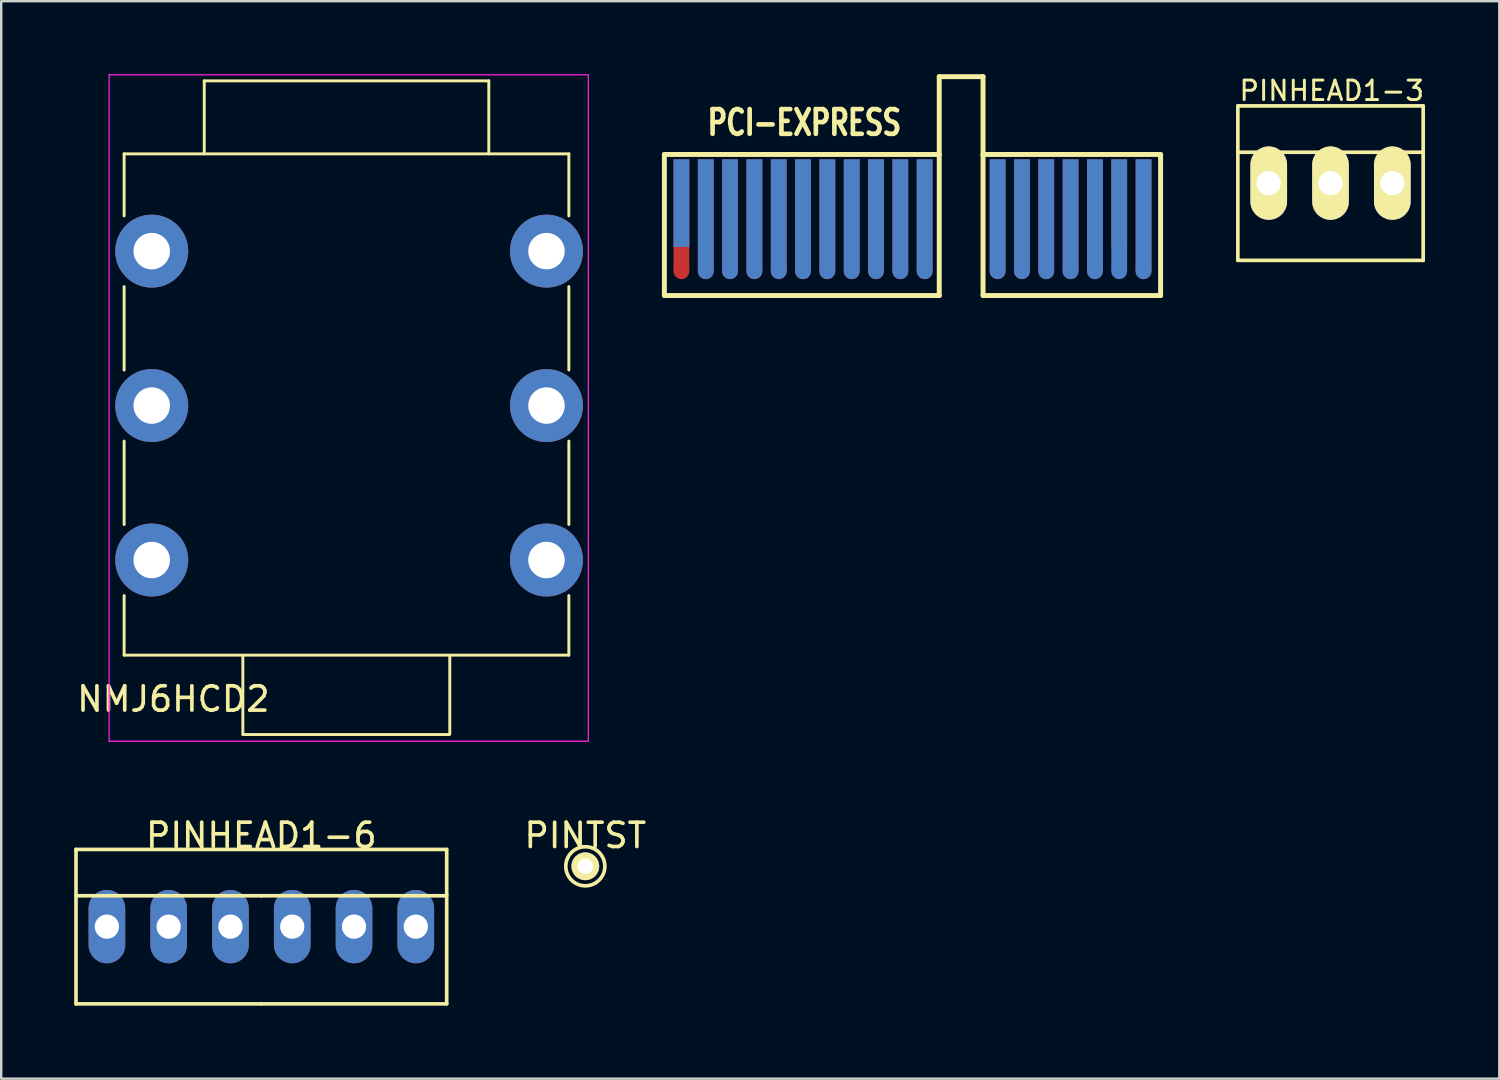
<source format=kicad_pcb>
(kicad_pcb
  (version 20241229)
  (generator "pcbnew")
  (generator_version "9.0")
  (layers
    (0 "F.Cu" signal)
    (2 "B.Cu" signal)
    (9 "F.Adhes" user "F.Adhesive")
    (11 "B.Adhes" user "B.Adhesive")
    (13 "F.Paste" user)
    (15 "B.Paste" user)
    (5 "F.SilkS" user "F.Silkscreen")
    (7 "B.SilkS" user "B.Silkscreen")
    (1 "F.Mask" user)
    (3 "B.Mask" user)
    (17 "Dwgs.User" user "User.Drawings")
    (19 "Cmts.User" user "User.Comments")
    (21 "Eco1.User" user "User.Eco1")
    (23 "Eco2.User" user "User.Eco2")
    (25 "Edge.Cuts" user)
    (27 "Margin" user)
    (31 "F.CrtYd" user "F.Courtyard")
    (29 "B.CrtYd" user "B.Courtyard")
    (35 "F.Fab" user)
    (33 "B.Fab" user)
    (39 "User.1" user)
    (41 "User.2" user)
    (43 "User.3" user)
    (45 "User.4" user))
  (footprint "PINHEAD1-6"
    (layer "F.Cu")
    (at 7.695 35.048)
    (property "Reference" "PINHEAD1-6" (at 0 -3.75 0) (layer "F.SilkS") (effects (font (size 1 1) (thickness 0.15))))
    (attr exclude_from_pos_files exclude_from_bom)
    (fp_line (start -7.62 -3.175) (end -7.62 3.175) (stroke (width 0.15) (type solid)) (layer "F.SilkS"))
    (fp_line (start -7.62 -3.175) (end 0 -3.175) (stroke (width 0.15) (type solid)) (layer "F.SilkS"))
    (fp_line (start 0 -3.175) (end 7.62 -3.175) (stroke (width 0.15) (type solid)) (layer "F.SilkS"))
    (fp_line (start 0 -1.27) (end -7.62 -1.27) (stroke (width 0.15) (type solid)) (layer "F.SilkS"))
    (fp_line (start 0 -1.27) (end 7.62 -1.27) (stroke (width 0.15) (type solid)) (layer "F.SilkS"))
    (fp_line (start 0 3.175) (end -7.62 3.175) (stroke (width 0.15) (type solid)) (layer "F.SilkS"))
    (fp_line (start 0 3.175) (end 7.62 3.175) (stroke (width 0.15) (type solid)) (layer "F.SilkS"))
    (fp_line (start 7.62 -3.175) (end 7.62 3.175) (stroke (width 0.15) (type solid)) (layer "F.SilkS"))
    (pad "1" thru_hole oval (at -6.35 0) (size 1.506 3.015) (drill 0.998) (layers "*.Cu" "*.Mask"))
    (pad "2" thru_hole oval (at -3.81 0) (size 1.506 3.015) (drill 0.998) (layers "*.Cu" "*.Mask"))
    (pad "3" thru_hole oval (at -1.27 0) (size 1.506 3.015) (drill 0.998) (layers "*.Cu" "*.Mask"))
    (pad "4" thru_hole oval (at 1.27 0) (size 1.506 3.015) (drill 0.998) (layers "*.Cu" "*.Mask"))
    (pad "5" thru_hole oval (at 3.81 0) (size 1.506 3.015) (drill 0.998) (layers "*.Cu" "*.Mask"))
    (pad "6" thru_hole oval (at 6.35 0) (size 1.506 3.015) (drill 0.998) (layers "*.Cu" "*.Mask")))
  (footprint "NMJ6HCD2"
    (layer "F.Cu")
    (at 3.188 7.275)
    (property "Reference" "NMJ6HCD2" (at 0.889 18.415 0) (layer "F.SilkS") (effects (font (size 1 1) (thickness 0.15))))
    (attr through_hole)
    (fp_line (start -1.135 -4) (end 17.15 -4) (stroke (width 0.12) (type solid)) (layer "F.SilkS"))
    (fp_line (start -1.135 -1.45) (end -1.135 -4) (stroke (width 0.12) (type solid)) (layer "F.SilkS"))
    (fp_line (start -1.135 4.889) (end -1.135 1.46) (stroke (width 0.12) (type solid)) (layer "F.SilkS"))
    (fp_line (start -1.135 11.239) (end -1.135 7.811) (stroke (width 0.12) (type solid)) (layer "F.SilkS"))
    (fp_line (start -1.135 16.61) (end -1.135 14.161) (stroke (width 0.12) (type solid)) (layer "F.SilkS"))
    (fp_line (start -1.135 16.61) (end 17.15 16.61) (stroke (width 0.12) (type solid)) (layer "F.SilkS"))
    (fp_line (start 2.159 -7) (end 2.159 -4) (stroke (width 0.12) (type solid)) (layer "F.SilkS"))
    (fp_line (start 2.159 -7) (end 13.859 -7) (stroke (width 0.12) (type solid)) (layer "F.SilkS"))
    (fp_line (start 3.747 16.637) (end 3.747 19.857) (stroke (width 0.12) (type solid)) (layer "F.SilkS"))
    (fp_line (start 3.747 19.875) (end 12.232 19.875) (stroke (width 0.12) (type solid)) (layer "F.SilkS"))
    (fp_line (start 12.255 16.637) (end 12.255 19.857) (stroke (width 0.12) (type solid)) (layer "F.SilkS"))
    (fp_line (start 13.859 -7) (end 13.859 -4) (stroke (width 0.12) (type solid)) (layer "F.SilkS"))
    (fp_line (start 17.15 -4) (end 17.15 -1.45) (stroke (width 0.12) (type solid)) (layer "F.SilkS"))
    (fp_line (start 17.15 1.46) (end 17.15 4.889) (stroke (width 0.12) (type solid)) (layer "F.SilkS"))
    (fp_line (start 17.15 7.811) (end 17.15 11.239) (stroke (width 0.12) (type solid)) (layer "F.SilkS"))
    (fp_line (start 17.15 16.61) (end 17.15 14.161) (stroke (width 0.12) (type solid)) (layer "F.SilkS"))
    (fp_line (start -1.75 -7.25) (end -1.75 20.15) (stroke (width 0.05) (type solid)) (layer "F.CrtYd"))
    (fp_line (start -1.75 -7.25) (end 17.95 -7.25) (stroke (width 0.05) (type solid)) (layer "F.CrtYd"))
    (fp_line (start -1.75 20.15) (end 17.95 20.15) (stroke (width 0.05) (type solid)) (layer "F.CrtYd"))
    (fp_line (start 17.95 20.15) (end 17.95 -7.25) (stroke (width 0.05) (type solid)) (layer "F.CrtYd"))
    (pad "1" thru_hole circle (at 0 0) (size 3 3) (drill 1.5) (layers "*.Cu" "*.Mask"))
    (pad "2" thru_hole circle (at 0 12.7) (size 3 3) (drill 1.5) (layers "*.Cu" "*.Mask"))
    (pad "3" thru_hole circle (at 0 6.35) (size 3 3) (drill 1.5) (layers "*.Cu" "*.Mask"))
    (pad "4" thru_hole circle (at 16.23 0) (size 3 3) (drill 1.5) (layers "*.Cu" "*.Mask"))
    (pad "5" thru_hole circle (at 16.23 12.7) (size 3 3) (drill 1.5) (layers "*.Cu" "*.Mask"))
    (pad "6" thru_hole circle (at 16.23 6.35) (size 3 3) (drill 1.5) (layers "*.Cu" "*.Mask")))
  (footprint "PCI-EXPRESS"
    (layer "F.Cu")
    (at 34.466 5.801)
    (property "Reference" "PCI-EXPRESS" (at -4.445 -3.81 0) (layer "F.SilkS") (effects (font (size 1.016 0.762) (thickness 0.191))))
    (attr through_hole)
    (fp_line (start -10.201 -2.499) (end 1.1 -2.499) (stroke (width 0.203) (type solid)) (layer "F.SilkS"))
    (fp_line (start -10.201 3.299) (end -10.201 -2.499) (stroke (width 0.203) (type solid)) (layer "F.SilkS"))
    (fp_line (start 1.1 -5.7) (end 2.901 -5.7) (stroke (width 0.203) (type solid)) (layer "F.SilkS"))
    (fp_line (start 1.1 -2.499) (end 1.1 -5.7) (stroke (width 0.203) (type solid)) (layer "F.SilkS"))
    (fp_line (start 1.1 -2.499) (end 1.1 3.299) (stroke (width 0.203) (type solid)) (layer "F.SilkS"))
    (fp_line (start 1.1 3.299) (end -10.201 3.299) (stroke (width 0.203) (type solid)) (layer "F.SilkS"))
    (fp_line (start 2.901 -5.7) (end 2.901 -2.499) (stroke (width 0.203) (type solid)) (layer "F.SilkS"))
    (fp_line (start 2.901 -2.499) (end 2.901 3.299) (stroke (width 0.203) (type solid)) (layer "F.SilkS"))
    (fp_line (start 2.901 3.299) (end 10.201 3.299) (stroke (width 0.203) (type solid)) (layer "F.SilkS"))
    (fp_line (start 10.201 -2.499) (end 2.901 -2.499) (stroke (width 0.203) (type solid)) (layer "F.SilkS"))
    (fp_line (start 10.201 -2.499) (end 10.201 3.299) (stroke (width 0.203) (type solid)) (layer "F.SilkS"))
    (pad "" connect circle (at -9.5 2.301) (size 0.65 0.65) (layers "F.Cu" "F.Mask"))
    (pad "" connect circle (at -8.499 2.301) (size 0.65 0.65) (layers "F.Cu" "F.Mask"))
    (pad "" connect oval (at -8.499 2.301 90) (size 0.65 0.65) (layers "B.Cu" "B.Mask"))
    (pad "" connect circle (at -7.501 2.301) (size 0.65 0.65) (layers "F.Cu" "F.Mask"))
    (pad "" connect oval (at -7.501 2.301 90) (size 0.65 0.65) (layers "B.Cu" "B.Mask"))
    (pad "" connect circle (at -6.5 2.301) (size 0.65 0.65) (layers "F.Cu" "F.Mask"))
    (pad "" connect oval (at -6.5 2.301 90) (size 0.65 0.65) (layers "B.Cu" "B.Mask"))
    (pad "" connect circle (at -5.499 2.301) (size 0.65 0.65) (layers "F.Cu" "F.Mask"))
    (pad "" connect oval (at -5.499 2.301 90) (size 0.65 0.65) (layers "B.Cu" "B.Mask"))
    (pad "" connect circle (at -4.501 2.301) (size 0.65 0.65) (layers "F.Cu" "F.Mask"))
    (pad "" connect oval (at -4.501 2.301 90) (size 0.65 0.65) (layers "B.Cu" "B.Mask"))
    (pad "" connect circle (at -3.5 2.301) (size 0.65 0.65) (layers "F.Cu" "F.Mask"))
    (pad "" connect oval (at -3.5 2.301 90) (size 0.65 0.65) (layers "B.Cu" "B.Mask"))
    (pad "" connect circle (at -2.499 2.301) (size 0.65 0.65) (layers "F.Cu" "F.Mask"))
    (pad "" connect oval (at -2.499 2.301 90) (size 0.65 0.65) (layers "B.Cu" "B.Mask"))
    (pad "" connect circle (at -1.501 2.301) (size 0.65 0.65) (layers "F.Cu" "F.Mask"))
    (pad "" connect oval (at -1.501 2.301 90) (size 0.65 0.65) (layers "B.Cu" "B.Mask"))
    (pad "" connect circle (at -0.5 2.301) (size 0.65 0.65) (layers "F.Cu" "F.Mask"))
    (pad "" connect oval (at -0.5 2.301 90) (size 0.65 0.65) (layers "B.Cu" "B.Mask"))
    (pad "" connect circle (at 0.5 2.301) (size 0.65 0.65) (layers "F.Cu" "F.Mask"))
    (pad "" connect oval (at 0.5 2.301 90) (size 0.65 0.65) (layers "B.Cu" "B.Mask"))
    (pad "" connect circle (at 3.5 2.301) (size 0.65 0.65) (layers "F.Cu" "F.Mask"))
    (pad "" connect oval (at 3.5 2.301 90) (size 0.65 0.65) (layers "B.Cu" "B.Mask"))
    (pad "" connect circle (at 4.501 2.301) (size 0.65 0.65) (layers "F.Cu" "F.Mask"))
    (pad "" connect oval (at 4.501 2.301 90) (size 0.65 0.65) (layers "B.Cu" "B.Mask"))
    (pad "" connect circle (at 5.499 2.301) (size 0.65 0.65) (layers "F.Cu" "F.Mask"))
    (pad "" connect oval (at 5.499 2.301 90) (size 0.65 0.65) (layers "B.Cu" "B.Mask"))
    (pad "" connect circle (at 6.5 2.301) (size 0.65 0.65) (layers "F.Cu" "F.Mask"))
    (pad "" connect oval (at 6.5 2.301 90) (size 0.65 0.65) (layers "B.Cu" "B.Mask"))
    (pad "" connect circle (at 7.501 2.301) (size 0.65 0.65) (layers "F.Cu" "F.Mask"))
    (pad "" connect oval (at 7.501 2.301 90) (size 0.65 0.65) (layers "B.Cu" "B.Mask"))
    (pad "" connect oval (at 8.499 2.301 90) (size 0.65 0.65) (layers "B.Cu" "B.Mask"))
    (pad "" connect circle (at 9.5 2.301) (size 0.65 0.65) (layers "F.Cu" "F.Mask"))
    (pad "" connect oval (at 9.5 2.301 90) (size 0.65 0.65) (layers "B.Cu" "B.Mask"))
    (pad "A1" connect rect (at -9.5 -0.5) (size 0.65 3.599) (layers "B.Cu" "B.Mask"))
    (pad "A2" connect rect (at -8.499 0) (size 0.65 4.6) (layers "B.Cu" "B.Mask"))
    (pad "A3" connect rect (at -7.501 0) (size 0.65 4.6) (layers "B.Cu" "B.Mask"))
    (pad "A4" connect rect (at -6.5 0) (size 0.65 4.6) (layers "B.Cu" "B.Mask"))
    (pad "A5" connect rect (at -5.499 0) (size 0.65 4.6) (layers "B.Cu" "B.Mask"))
    (pad "A6" connect rect (at -4.501 0) (size 0.65 4.6) (layers "B.Cu" "B.Mask"))
    (pad "A7" connect rect (at -3.5 0) (size 0.65 4.6) (layers "B.Cu" "B.Mask"))
    (pad "A8" connect rect (at -2.499 0) (size 0.65 4.6) (layers "B.Cu" "B.Mask"))
    (pad "A9" connect rect (at -1.501 0) (size 0.65 4.6) (layers "B.Cu" "B.Mask"))
    (pad "A10" connect rect (at -0.5 0) (size 0.65 4.6) (layers "B.Cu" "B.Mask"))
    (pad "A11" connect rect (at 0.5 0) (size 0.65 4.6) (layers "B.Cu" "B.Mask"))
    (pad "A12" connect rect (at 3.5 0) (size 0.65 4.6) (layers "B.Cu" "B.Mask"))
    (pad "A13" connect rect (at 4.501 0) (size 0.65 4.6) (layers "B.Cu" "B.Mask"))
    (pad "A14" connect rect (at 5.499 0) (size 0.65 4.6) (layers "B.Cu" "B.Mask"))
    (pad "A15" connect rect (at 6.5 0) (size 0.65 4.6) (layers "B.Cu" "B.Mask"))
    (pad "A16" connect rect (at 7.501 0) (size 0.65 4.6) (layers "B.Cu" "B.Mask"))
    (pad "A17" connect rect (at 8.499 0) (size 0.65 4.6) (layers "B.Cu" "B.Mask"))
    (pad "A18" connect rect (at 9.5 0) (size 0.65 4.6) (layers "B.Cu" "B.Mask"))
    (pad "B1" connect rect (at -9.5 0) (size 0.65 4.6) (layers "F.Cu" "F.Mask"))
    (pad "B2" connect rect (at -8.499 0) (size 0.65 4.6) (layers "F.Cu" "F.Mask"))
    (pad "B3" connect rect (at -7.501 0) (size 0.65 4.6) (layers "F.Cu" "F.Mask"))
    (pad "B4" connect rect (at -6.5 0) (size 0.65 4.6) (layers "F.Cu" "F.Mask"))
    (pad "B5" connect rect (at -5.499 0) (size 0.65 4.6) (layers "F.Cu" "F.Mask"))
    (pad "B6" connect rect (at -4.501 0) (size 0.65 4.6) (layers "F.Cu" "F.Mask"))
    (pad "B7" connect rect (at -3.5 0) (size 0.65 4.6) (layers "F.Cu" "F.Mask"))
    (pad "B8" connect rect (at -2.499 0) (size 0.65 4.6) (layers "F.Cu" "F.Mask"))
    (pad "B9" connect rect (at -1.501 0) (size 0.65 4.6) (layers "F.Cu" "F.Mask"))
    (pad "B10" connect rect (at -0.5 0) (size 0.65 4.6) (layers "F.Cu" "F.Mask"))
    (pad "B11" connect rect (at 0.5 0) (size 0.65 4.6) (layers "F.Cu" "F.Mask"))
    (pad "B12" connect rect (at 3.5 0) (size 0.65 4.6) (layers "F.Cu" "F.Mask"))
    (pad "B13" connect rect (at 4.501 0) (size 0.65 4.6) (layers "F.Cu" "F.Mask"))
    (pad "B14" connect rect (at 5.499 0) (size 0.65 4.6) (layers "F.Cu" "F.Mask"))
    (pad "B15" connect rect (at 6.5 0) (size 0.65 4.6) (layers "F.Cu" "F.Mask"))
    (pad "B16" connect rect (at 7.501 0) (size 0.65 4.6) (layers "F.Cu" "F.Mask"))
    (pad "B17" connect rect (at 8.499 -0.5) (size 0.65 3.599) (layers "F.Cu" "F.Mask"))
    (pad "B18" connect rect (at 9.5 0) (size 0.65 4.6) (layers "F.Cu" "F.Mask")))
  (footprint "PINTST"
    (layer "F.Cu")
    (at 21.015 32.566)
    (property "Reference" "PINTST" (at 0 -1.267 0) (layer "F.SilkS") (effects (font (size 1 1) (thickness 0.15))))
    (attr through_hole)
    (fp_circle (center 0 0) (end -0.254 -0.762) (stroke (width 0.15) (type solid)) (fill no) (layer "F.SilkS"))
    (pad "1" thru_hole circle (at 0 0) (size 1.143 1.143) (drill 0.635) (layers "*.Cu" "*.Mask" "F.SilkS")))
  (footprint "PINHEAD1-3"
    (layer "F.Cu")
    (at 51.653 4.479)
    (property "Reference" "PINHEAD1-3" (at 0.05 -3.8 0) (layer "F.SilkS") (effects (font (size 0.8 0.8) (thickness 0.12))))
    (attr exclude_from_pos_files exclude_from_bom)
    (fp_line (start -3.81 -3.175) (end -3.81 3.175) (stroke (width 0.15) (type solid)) (layer "F.SilkS"))
    (fp_line (start -3.81 -3.175) (end 3.81 -3.175) (stroke (width 0.15) (type solid)) (layer "F.SilkS"))
    (fp_line (start 3.81 -3.175) (end 3.81 3.175) (stroke (width 0.15) (type solid)) (layer "F.SilkS"))
    (fp_line (start 3.81 -1.27) (end -3.81 -1.27) (stroke (width 0.15) (type solid)) (layer "F.SilkS"))
    (fp_line (start 3.81 3.175) (end -3.81 3.175) (stroke (width 0.15) (type solid)) (layer "F.SilkS"))
    (pad "1" thru_hole oval (at -2.54 0) (size 1.506 3.015) (drill 0.998) (layers "*.Cu" "*.Mask" "F.SilkS"))
    (pad "2" thru_hole oval (at 0 0) (size 1.506 3.015) (drill 0.998) (layers "*.Cu" "*.Mask" "F.SilkS"))
    (pad "3" thru_hole oval (at 2.54 0) (size 1.506 3.015) (drill 0.998) (layers "*.Cu" "*.Mask" "F.SilkS")))
  (gr_rect
    (start -3 -3)
    (end 58.593 41.298)
    (stroke (width 0.1) (type default))
    (fill no)
    (layer "Edge.Cuts")))
</source>
